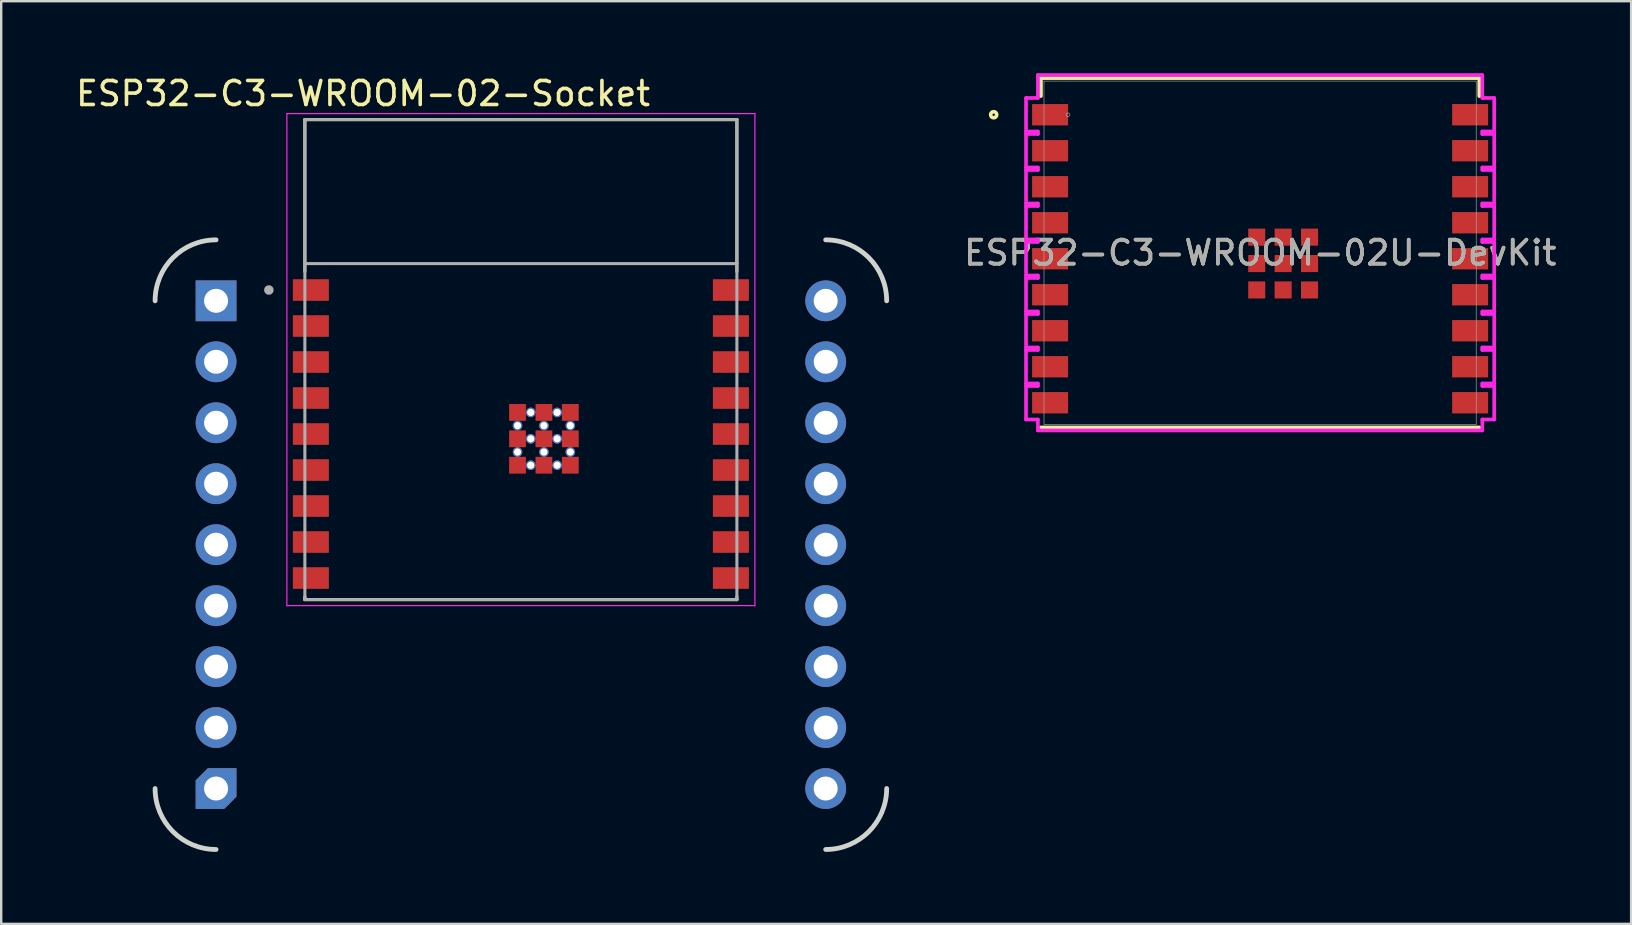
<source format=kicad_pcb>
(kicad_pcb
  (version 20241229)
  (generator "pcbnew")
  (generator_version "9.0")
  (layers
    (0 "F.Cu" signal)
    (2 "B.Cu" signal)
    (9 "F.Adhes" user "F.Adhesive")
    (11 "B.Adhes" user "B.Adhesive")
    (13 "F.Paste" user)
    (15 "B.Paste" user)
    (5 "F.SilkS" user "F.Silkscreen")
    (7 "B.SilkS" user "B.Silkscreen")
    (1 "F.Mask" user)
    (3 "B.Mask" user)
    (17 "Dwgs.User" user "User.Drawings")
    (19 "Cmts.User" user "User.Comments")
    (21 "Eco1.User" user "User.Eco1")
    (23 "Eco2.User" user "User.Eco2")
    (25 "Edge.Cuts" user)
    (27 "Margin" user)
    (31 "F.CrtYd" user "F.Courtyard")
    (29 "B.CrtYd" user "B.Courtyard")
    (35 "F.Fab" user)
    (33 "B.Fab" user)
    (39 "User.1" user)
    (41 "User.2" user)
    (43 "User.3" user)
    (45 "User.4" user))
  (footprint "ESP32-C3-WROOM-02-Socket"
    (layer "F.Cu")
    (at 21.192 14.563)
    (property "Reference" "ESP32-C3-WROOM-02-Socket" (at -9.115 -13.715 0) (layer "F.SilkS") (effects (font (size 1 1) (thickness 0.15))))
    (attr smd)
    (fp_line (start -11.54 -12.63) (end -11.54 -6.3) (stroke (width 0.127) (type solid)) (layer "F.SilkS"))
    (fp_line (start -11.54 7.37) (end -11.54 7.24) (stroke (width 0.127) (type solid)) (layer "F.SilkS"))
    (fp_line (start -11.54 7.37) (end 6.46 7.37) (stroke (width 0.127) (type solid)) (layer "F.SilkS"))
    (fp_line (start 6.46 -12.63) (end -11.54 -12.63) (stroke (width 0.127) (type solid)) (layer "F.SilkS"))
    (fp_line (start 6.46 -6.3) (end 6.46 -12.63) (stroke (width 0.127) (type solid)) (layer "F.SilkS"))
    (fp_line (start 6.46 7.37) (end 6.46 7.24) (stroke (width 0.127) (type solid)) (layer "F.SilkS"))
    (fp_arc (start -17.78 -5.08) (mid -17.036051 -6.876051) (end -15.24 -7.62) (stroke (width 0.2) (type default)) (layer "Edge.Cuts"))
    (fp_arc (start -15.24 17.78) (mid -17.036051 17.036051) (end -17.78 15.24) (stroke (width 0.2) (type default)) (layer "Edge.Cuts"))
    (fp_arc (start 10.16 -7.62) (mid 11.956051 -6.876051) (end 12.7 -5.08) (stroke (width 0.2) (type default)) (layer "Edge.Cuts"))
    (fp_arc (start 12.7 15.24) (mid 11.956051 17.036051) (end 10.16 17.78) (stroke (width 0.2) (type default)) (layer "Edge.Cuts"))
    (fp_line (start -12.29 -12.88) (end -12.29 7.62) (stroke (width 0.05) (type solid)) (layer "F.CrtYd"))
    (fp_line (start -12.29 7.62) (end 7.21 7.62) (stroke (width 0.05) (type solid)) (layer "F.CrtYd"))
    (fp_line (start 7.21 -12.88) (end -12.29 -12.88) (stroke (width 0.05) (type solid)) (layer "F.CrtYd"))
    (fp_line (start 7.21 7.62) (end 7.21 -12.88) (stroke (width 0.05) (type solid)) (layer "F.CrtYd"))
    (fp_line (start -11.54 -12.63) (end -11.54 -6.63) (stroke (width 0.127) (type solid)) (layer "F.Fab"))
    (fp_line (start -11.54 -6.63) (end -11.54 7.37) (stroke (width 0.127) (type solid)) (layer "F.Fab"))
    (fp_line (start -11.54 7.37) (end 6.46 7.37) (stroke (width 0.127) (type solid)) (layer "F.Fab"))
    (fp_line (start 6.46 -12.63) (end -11.54 -12.63) (stroke (width 0.127) (type solid)) (layer "F.Fab"))
    (fp_line (start 6.46 -6.63) (end -11.54 -6.63) (stroke (width 0.127) (type solid)) (layer "F.Fab"))
    (fp_line (start 6.46 -6.63) (end 6.46 -12.63) (stroke (width 0.127) (type solid)) (layer "F.Fab"))
    (fp_line (start 6.46 7.37) (end 6.46 -6.63) (stroke (width 0.127) (type solid)) (layer "F.Fab"))
    (fp_circle (center -13.04 -5.53) (end -12.94 -5.53) (stroke (width 0.2) (type solid)) (fill no) (layer "F.Fab"))
    (pad "1" thru_hole rect (at -15.24 -5.08) (size 1.7 1.7) (drill 1) (layers "*.Cu" "*.Mask"))
    (pad "1" smd rect (at -11.29 -5.53) (size 1.5 0.9) (layers "F.Cu" "F.Mask" "F.Paste"))
    (pad "2" thru_hole circle (at -15.24 -2.54) (size 1.7 1.7) (drill 1) (layers "*.Cu" "*.Mask"))
    (pad "2" smd rect (at -11.29 -4.03) (size 1.5 0.9) (layers "F.Cu" "F.Mask" "F.Paste"))
    (pad "3" thru_hole circle (at -15.24 0) (size 1.7 1.7) (drill 1) (layers "*.Cu" "*.Mask"))
    (pad "3" smd rect (at -11.29 -2.53) (size 1.5 0.9) (layers "F.Cu" "F.Mask" "F.Paste"))
    (pad "4" thru_hole circle (at -15.24 2.54) (size 1.7 1.7) (drill 1) (layers "*.Cu" "*.Mask"))
    (pad "4" smd rect (at -11.29 -1.03) (size 1.5 0.9) (layers "F.Cu" "F.Mask" "F.Paste"))
    (pad "5" thru_hole circle (at -15.24 5.08) (size 1.7 1.7) (drill 1) (layers "*.Cu" "*.Mask"))
    (pad "5" smd rect (at -11.29 0.47) (size 1.5 0.9) (layers "F.Cu" "F.Mask" "F.Paste"))
    (pad "6" thru_hole circle (at -15.24 7.62) (size 1.7 1.7) (drill 1) (layers "*.Cu" "*.Mask"))
    (pad "6" smd rect (at -11.29 1.97) (size 1.5 0.9) (layers "F.Cu" "F.Mask" "F.Paste"))
    (pad "7" thru_hole circle (at -15.24 10.16) (size 1.7 1.7) (drill 1) (layers "*.Cu" "*.Mask"))
    (pad "7" smd rect (at -11.29 3.47) (size 1.5 0.9) (layers "F.Cu" "F.Mask" "F.Paste"))
    (pad "8" thru_hole circle (at -15.24 12.7) (size 1.7 1.7) (drill 1) (layers "*.Cu" "*.Mask"))
    (pad "8" smd rect (at -11.29 4.97) (size 1.5 0.9) (layers "F.Cu" "F.Mask" "F.Paste"))
    (pad "9" thru_hole roundrect (at -15.24 15.24) (size 1.7 1.7) (drill 1) (layers "*.Cu" "*.Mask") (roundrect_rratio 0) (chamfer_ratio 0.3) (chamfer top_left bottom_right))
    (pad "9" smd rect (at -11.29 6.47) (size 1.5 0.9) (layers "F.Cu" "F.Mask" "F.Paste"))
    (pad "10" smd rect (at 6.21 6.47) (size 1.5 0.9) (layers "F.Cu" "F.Mask" "F.Paste"))
    (pad "10" thru_hole circle (at 10.16 15.24) (size 1.7 1.7) (drill 1) (layers "*.Cu" "*.Mask"))
    (pad "11" smd rect (at 6.21 4.97) (size 1.5 0.9) (layers "F.Cu" "F.Mask" "F.Paste"))
    (pad "11" thru_hole circle (at 10.16 12.7) (size 1.7 1.7) (drill 1) (layers "*.Cu" "*.Mask"))
    (pad "12" smd rect (at 6.21 3.47) (size 1.5 0.9) (layers "F.Cu" "F.Mask" "F.Paste"))
    (pad "12" thru_hole circle (at 10.16 10.16) (size 1.7 1.7) (drill 1) (layers "*.Cu" "*.Mask"))
    (pad "13" smd rect (at 6.21 1.97) (size 1.5 0.9) (layers "F.Cu" "F.Mask" "F.Paste"))
    (pad "13" thru_hole circle (at 10.16 7.62) (size 1.7 1.7) (drill 1) (layers "*.Cu" "*.Mask"))
    (pad "14" smd rect (at 6.21 0.47) (size 1.5 0.9) (layers "F.Cu" "F.Mask" "F.Paste"))
    (pad "14" thru_hole circle (at 10.16 5.08) (size 1.7 1.7) (drill 1) (layers "*.Cu" "*.Mask"))
    (pad "15" smd rect (at 6.21 -1.03) (size 1.5 0.9) (layers "F.Cu" "F.Mask" "F.Paste"))
    (pad "15" thru_hole circle (at 10.16 2.54) (size 1.7 1.7) (drill 1) (layers "*.Cu" "*.Mask"))
    (pad "16" smd rect (at 6.21 -2.53) (size 1.5 0.9) (layers "F.Cu" "F.Mask" "F.Paste"))
    (pad "16" thru_hole circle (at 10.16 0) (size 1.7 1.7) (drill 1) (layers "*.Cu" "*.Mask"))
    (pad "17" smd rect (at 6.21 -4.03) (size 1.5 0.9) (layers "F.Cu" "F.Mask" "F.Paste"))
    (pad "17" thru_hole circle (at 10.16 -2.54) (size 1.7 1.7) (drill 1) (layers "*.Cu" "*.Mask"))
    (pad "18" smd rect (at 6.21 -5.53) (size 1.5 0.9) (layers "F.Cu" "F.Mask" "F.Paste"))
    (pad "18" thru_hole circle (at 10.16 -5.08) (size 1.7 1.7) (drill 1) (layers "*.Cu" "*.Mask"))
    (pad "19" smd rect (at -2.68 -0.43) (size 0.7 0.7) (layers "F.Cu" "F.Mask" "F.Paste"))
    (pad "20" smd rect (at -1.58 -0.43) (size 0.7 0.7) (layers "F.Cu" "F.Mask" "F.Paste"))
    (pad "21" smd rect (at -0.48 -0.43) (size 0.7 0.7) (layers "F.Cu" "F.Mask" "F.Paste"))
    (pad "22" smd rect (at -2.68 0.67) (size 0.7 0.7) (layers "F.Cu" "F.Mask" "F.Paste"))
    (pad "23" smd rect (at -1.58 0.67) (size 0.7 0.7) (layers "F.Cu" "F.Mask" "F.Paste"))
    (pad "24" smd rect (at -0.48 0.67) (size 0.7 0.7) (layers "F.Cu" "F.Mask" "F.Paste"))
    (pad "25" smd rect (at -2.68 1.77) (size 0.7 0.7) (layers "F.Cu" "F.Mask" "F.Paste"))
    (pad "26" smd rect (at -1.58 1.77) (size 0.7 0.7) (layers "F.Cu" "F.Mask" "F.Paste"))
    (pad "27" smd rect (at -0.48 1.77) (size 0.7 0.7) (layers "F.Cu" "F.Mask" "F.Paste"))
    (pad "28" thru_hole circle (at -2.13 -0.43) (size 0.4 0.4) (drill 0.3) (layers "*.Cu"))
    (pad "29" thru_hole circle (at -1.03 -0.43) (size 0.4 0.4) (drill 0.3) (layers "*.Cu"))
    (pad "30" thru_hole circle (at -2.68 0.12) (size 0.4 0.4) (drill 0.3) (layers "*.Cu"))
    (pad "31" thru_hole circle (at -1.58 0.12) (size 0.4 0.4) (drill 0.3) (layers "*.Cu"))
    (pad "32" thru_hole circle (at -0.48 0.12) (size 0.4 0.4) (drill 0.3) (layers "*.Cu"))
    (pad "33" thru_hole circle (at -2.13 0.67) (size 0.4 0.4) (drill 0.3) (layers "*.Cu"))
    (pad "34" thru_hole circle (at -1.03 0.67) (size 0.4 0.4) (drill 0.3) (layers "*.Cu"))
    (pad "35" thru_hole circle (at -2.68 1.22) (size 0.4 0.4) (drill 0.3) (layers "*.Cu"))
    (pad "36" thru_hole circle (at -1.58 1.22) (size 0.4 0.4) (drill 0.3) (layers "*.Cu"))
    (pad "37" thru_hole circle (at -0.48 1.22) (size 0.4 0.4) (drill 0.3) (layers "*.Cu"))
    (pad "38" thru_hole circle (at -2.13 1.77) (size 0.4 0.4) (drill 0.3) (layers "*.Cu"))
    (pad "39" thru_hole circle (at -1.03 1.77) (size 0.4 0.4) (drill 0.3) (layers "*.Cu"))
    (zone (net_name "") (layer "F.Cu") (hatch full 0.508) (connect_pads) (min_thickness 0.01) (filled_areas_thickness no) (keepout (tracks not_allowed) (vias not_allowed) (pads not_allowed) (copperpour not_allowed) (footprints allowed)) (placement (enabled no)) (fill) (polygon (pts (xy 9.652 1.933) (xy 27.652 1.933) (xy 27.652 7.933) (xy 9.652 7.933))))
    (zone (net_name "") (layers "F.Cu" "B.Cu") (hatch full 0.508) (connect_pads) (min_thickness 0.01) (filled_areas_thickness no) (keepout (tracks allowed) (vias not_allowed) (pads allowed) (copperpour allowed) (footprints allowed)) (placement (enabled no)) (fill) (polygon (pts (xy 9.652 1.933) (xy 27.652 1.933) (xy 27.652 7.933) (xy 9.652 7.933))))
    (zone (net_name "") (layer "B.Cu") (hatch full 0.508) (connect_pads) (min_thickness 0.01) (filled_areas_thickness no) (keepout (tracks not_allowed) (vias not_allowed) (pads not_allowed) (copperpour not_allowed) (footprints allowed)) (placement (enabled no)) (fill) (polygon (pts (xy 9.652 1.933) (xy 27.652 1.933) (xy 27.652 7.933) (xy 9.652 7.933)))))
  (footprint "ESP32-C3-WROOM-02U-DevKit"
    (layer "F.Cu")
    (at 49.451 7.48)
    (property "Reference" "ESP32-C3-WROOM-02U-DevKit" (at 0 0 0) (unlocked yes) (layer "F.SilkS") (effects (font (size 1 1) (thickness 0.15))))
    (attr smd)
    (fp_line (start -9.131 -7.277) (end 9.131 -7.277) (stroke (width 0.152) (type solid)) (layer "F.SilkS"))
    (fp_line (start -9.131 -6.527) (end -9.131 -7.277) (stroke (width 0.152) (type solid)) (layer "F.SilkS"))
    (fp_line (start 9.131 -7.277) (end 9.131 -6.527) (stroke (width 0.152) (type solid)) (layer "F.SilkS"))
    (fp_line (start 9.131 7.277) (end -9.131 7.277) (stroke (width 0.152) (type solid)) (layer "F.SilkS"))
    (fp_circle (center -11.1 -5.75) (end -10.973 -5.75) (stroke (width 0.152) (type solid)) (fill no) (layer "F.SilkS"))
    (fp_line (start -9.753 -6.448) (end -9.753 -5.051) (stroke (width 0.152) (type solid)) (layer "F.CrtYd"))
    (fp_line (start -9.753 -5.051) (end -9.258 -5.051) (stroke (width 0.152) (type solid)) (layer "F.CrtYd"))
    (fp_line (start -9.753 -4.948) (end -9.753 -3.551) (stroke (width 0.152) (type solid)) (layer "F.CrtYd"))
    (fp_line (start -9.753 -3.551) (end -9.258 -3.551) (stroke (width 0.152) (type solid)) (layer "F.CrtYd"))
    (fp_line (start -9.753 -3.448) (end -9.753 -2.051) (stroke (width 0.152) (type solid)) (layer "F.CrtYd"))
    (fp_line (start -9.753 -2.051) (end -9.258 -2.051) (stroke (width 0.152) (type solid)) (layer "F.CrtYd"))
    (fp_line (start -9.753 -1.948) (end -9.753 -0.551) (stroke (width 0.152) (type solid)) (layer "F.CrtYd"))
    (fp_line (start -9.753 -0.551) (end -9.258 -0.551) (stroke (width 0.152) (type solid)) (layer "F.CrtYd"))
    (fp_line (start -9.753 -0.449) (end -9.753 0.949) (stroke (width 0.152) (type solid)) (layer "F.CrtYd"))
    (fp_line (start -9.753 0.949) (end -9.258 0.949) (stroke (width 0.152) (type solid)) (layer "F.CrtYd"))
    (fp_line (start -9.753 1.052) (end -9.753 2.449) (stroke (width 0.152) (type solid)) (layer "F.CrtYd"))
    (fp_line (start -9.753 2.449) (end -9.258 2.449) (stroke (width 0.152) (type solid)) (layer "F.CrtYd"))
    (fp_line (start -9.753 2.552) (end -9.753 3.949) (stroke (width 0.152) (type solid)) (layer "F.CrtYd"))
    (fp_line (start -9.753 3.949) (end -9.258 3.949) (stroke (width 0.152) (type solid)) (layer "F.CrtYd"))
    (fp_line (start -9.753 4.052) (end -9.753 5.449) (stroke (width 0.152) (type solid)) (layer "F.CrtYd"))
    (fp_line (start -9.753 5.449) (end -9.258 5.449) (stroke (width 0.152) (type solid)) (layer "F.CrtYd"))
    (fp_line (start -9.753 5.552) (end -9.753 6.949) (stroke (width 0.152) (type solid)) (layer "F.CrtYd"))
    (fp_line (start -9.753 6.949) (end -9.258 6.949) (stroke (width 0.152) (type solid)) (layer "F.CrtYd"))
    (fp_line (start -9.258 -7.404) (end -9.258 -6.448) (stroke (width 0.152) (type solid)) (layer "F.CrtYd"))
    (fp_line (start -9.258 -6.448) (end -9.753 -6.448) (stroke (width 0.152) (type solid)) (layer "F.CrtYd"))
    (fp_line (start -9.258 -5.051) (end -9.258 -4.948) (stroke (width 0.152) (type solid)) (layer "F.CrtYd"))
    (fp_line (start -9.258 -4.948) (end -9.753 -4.948) (stroke (width 0.152) (type solid)) (layer "F.CrtYd"))
    (fp_line (start -9.258 -3.551) (end -9.258 -3.448) (stroke (width 0.152) (type solid)) (layer "F.CrtYd"))
    (fp_line (start -9.258 -3.448) (end -9.753 -3.448) (stroke (width 0.152) (type solid)) (layer "F.CrtYd"))
    (fp_line (start -9.258 -2.051) (end -9.258 -1.948) (stroke (width 0.152) (type solid)) (layer "F.CrtYd"))
    (fp_line (start -9.258 -1.948) (end -9.753 -1.948) (stroke (width 0.152) (type solid)) (layer "F.CrtYd"))
    (fp_line (start -9.258 -0.551) (end -9.258 -0.449) (stroke (width 0.152) (type solid)) (layer "F.CrtYd"))
    (fp_line (start -9.258 -0.449) (end -9.753 -0.449) (stroke (width 0.152) (type solid)) (layer "F.CrtYd"))
    (fp_line (start -9.258 0.949) (end -9.258 1.052) (stroke (width 0.152) (type solid)) (layer "F.CrtYd"))
    (fp_line (start -9.258 1.052) (end -9.753 1.052) (stroke (width 0.152) (type solid)) (layer "F.CrtYd"))
    (fp_line (start -9.258 2.449) (end -9.258 2.552) (stroke (width 0.152) (type solid)) (layer "F.CrtYd"))
    (fp_line (start -9.258 2.552) (end -9.753 2.552) (stroke (width 0.152) (type solid)) (layer "F.CrtYd"))
    (fp_line (start -9.258 3.949) (end -9.258 4.052) (stroke (width 0.152) (type solid)) (layer "F.CrtYd"))
    (fp_line (start -9.258 4.052) (end -9.753 4.052) (stroke (width 0.152) (type solid)) (layer "F.CrtYd"))
    (fp_line (start -9.258 5.449) (end -9.258 5.552) (stroke (width 0.152) (type solid)) (layer "F.CrtYd"))
    (fp_line (start -9.258 5.552) (end -9.753 5.552) (stroke (width 0.152) (type solid)) (layer "F.CrtYd"))
    (fp_line (start -9.258 6.949) (end -9.258 7.404) (stroke (width 0.152) (type solid)) (layer "F.CrtYd"))
    (fp_line (start -9.258 7.404) (end 9.258 7.404) (stroke (width 0.152) (type solid)) (layer "F.CrtYd"))
    (fp_line (start 9.258 -7.404) (end -9.258 -7.404) (stroke (width 0.152) (type solid)) (layer "F.CrtYd"))
    (fp_line (start 9.258 -6.449) (end 9.258 -7.404) (stroke (width 0.152) (type solid)) (layer "F.CrtYd"))
    (fp_line (start 9.258 -5.052) (end 9.753 -5.052) (stroke (width 0.152) (type solid)) (layer "F.CrtYd"))
    (fp_line (start 9.258 -4.949) (end 9.258 -5.052) (stroke (width 0.152) (type solid)) (layer "F.CrtYd"))
    (fp_line (start 9.258 -3.552) (end 9.753 -3.552) (stroke (width 0.152) (type solid)) (layer "F.CrtYd"))
    (fp_line (start 9.258 -3.449) (end 9.258 -3.552) (stroke (width 0.152) (type solid)) (layer "F.CrtYd"))
    (fp_line (start 9.258 -2.052) (end 9.753 -2.052) (stroke (width 0.152) (type solid)) (layer "F.CrtYd"))
    (fp_line (start 9.258 -1.948) (end 9.258 -2.052) (stroke (width 0.152) (type solid)) (layer "F.CrtYd"))
    (fp_line (start 9.258 -0.551) (end 9.753 -0.551) (stroke (width 0.152) (type solid)) (layer "F.CrtYd"))
    (fp_line (start 9.258 -0.449) (end 9.258 -0.551) (stroke (width 0.152) (type solid)) (layer "F.CrtYd"))
    (fp_line (start 9.258 0.949) (end 9.753 0.949) (stroke (width 0.152) (type solid)) (layer "F.CrtYd"))
    (fp_line (start 9.258 1.052) (end 9.258 0.949) (stroke (width 0.152) (type solid)) (layer "F.CrtYd"))
    (fp_line (start 9.258 2.449) (end 9.753 2.449) (stroke (width 0.152) (type solid)) (layer "F.CrtYd"))
    (fp_line (start 9.258 2.551) (end 9.258 2.449) (stroke (width 0.152) (type solid)) (layer "F.CrtYd"))
    (fp_line (start 9.258 3.948) (end 9.753 3.948) (stroke (width 0.152) (type solid)) (layer "F.CrtYd"))
    (fp_line (start 9.258 4.051) (end 9.258 3.948) (stroke (width 0.152) (type solid)) (layer "F.CrtYd"))
    (fp_line (start 9.258 5.448) (end 9.753 5.448) (stroke (width 0.152) (type solid)) (layer "F.CrtYd"))
    (fp_line (start 9.258 5.551) (end 9.258 5.448) (stroke (width 0.152) (type solid)) (layer "F.CrtYd"))
    (fp_line (start 9.258 6.948) (end 9.753 6.948) (stroke (width 0.152) (type solid)) (layer "F.CrtYd"))
    (fp_line (start 9.258 7.404) (end 9.258 6.948) (stroke (width 0.152) (type solid)) (layer "F.CrtYd"))
    (fp_line (start 9.753 -6.449) (end 9.258 -6.449) (stroke (width 0.152) (type solid)) (layer "F.CrtYd"))
    (fp_line (start 9.753 -5.052) (end 9.753 -6.449) (stroke (width 0.152) (type solid)) (layer "F.CrtYd"))
    (fp_line (start 9.753 -4.949) (end 9.258 -4.949) (stroke (width 0.152) (type solid)) (layer "F.CrtYd"))
    (fp_line (start 9.753 -3.552) (end 9.753 -4.949) (stroke (width 0.152) (type solid)) (layer "F.CrtYd"))
    (fp_line (start 9.753 -3.449) (end 9.258 -3.449) (stroke (width 0.152) (type solid)) (layer "F.CrtYd"))
    (fp_line (start 9.753 -2.052) (end 9.753 -3.449) (stroke (width 0.152) (type solid)) (layer "F.CrtYd"))
    (fp_line (start 9.753 -1.948) (end 9.258 -1.948) (stroke (width 0.152) (type solid)) (layer "F.CrtYd"))
    (fp_line (start 9.753 -0.551) (end 9.753 -1.948) (stroke (width 0.152) (type solid)) (layer "F.CrtYd"))
    (fp_line (start 9.753 -0.449) (end 9.258 -0.449) (stroke (width 0.152) (type solid)) (layer "F.CrtYd"))
    (fp_line (start 9.753 0.949) (end 9.753 -0.449) (stroke (width 0.152) (type solid)) (layer "F.CrtYd"))
    (fp_line (start 9.753 1.052) (end 9.258 1.052) (stroke (width 0.152) (type solid)) (layer "F.CrtYd"))
    (fp_line (start 9.753 2.449) (end 9.753 1.052) (stroke (width 0.152) (type solid)) (layer "F.CrtYd"))
    (fp_line (start 9.753 2.551) (end 9.258 2.551) (stroke (width 0.152) (type solid)) (layer "F.CrtYd"))
    (fp_line (start 9.753 3.948) (end 9.753 2.551) (stroke (width 0.152) (type solid)) (layer "F.CrtYd"))
    (fp_line (start 9.753 4.051) (end 9.258 4.051) (stroke (width 0.152) (type solid)) (layer "F.CrtYd"))
    (fp_line (start 9.753 5.448) (end 9.753 4.051) (stroke (width 0.152) (type solid)) (layer "F.CrtYd"))
    (fp_line (start 9.753 5.551) (end 9.258 5.551) (stroke (width 0.152) (type solid)) (layer "F.CrtYd"))
    (fp_line (start 9.753 6.948) (end 9.753 5.551) (stroke (width 0.152) (type solid)) (layer "F.CrtYd"))
    (fp_line (start -9.004 -7.15) (end -9.004 7.15) (stroke (width 0.025) (type solid)) (layer "F.Fab"))
    (fp_line (start -9.004 7.15) (end 9.004 7.15) (stroke (width 0.025) (type solid)) (layer "F.Fab"))
    (fp_line (start 9.004 -7.15) (end -9.004 -7.15) (stroke (width 0.025) (type solid)) (layer "F.Fab"))
    (fp_line (start 9.004 7.15) (end 9.004 -7.15) (stroke (width 0.025) (type solid)) (layer "F.Fab"))
    (fp_circle (center -8.001 -5.75) (end -7.925 -5.75) (stroke (width 0.025) (type solid)) (fill no) (layer "F.Fab"))
    (fp_text user "${REFERENCE}" (at 0 0 0) (unlocked yes) (layer "F.Fab") (effects (font (size 1 1) (thickness 0.15))))
    (pad "1" smd rect (at -8.75 -5.75) (size 1.499 0.889) (layers "F.Cu" "F.Mask" "F.Paste"))
    (pad "2" smd rect (at -8.75 -4.25) (size 1.499 0.889) (layers "F.Cu" "F.Mask" "F.Paste"))
    (pad "3" smd rect (at -8.75 -2.75) (size 1.499 0.889) (layers "F.Cu" "F.Mask" "F.Paste"))
    (pad "4" smd rect (at -8.75 -1.25) (size 1.499 0.889) (layers "F.Cu" "F.Mask" "F.Paste"))
    (pad "5" smd rect (at -8.75 0.25) (size 1.499 0.889) (layers "F.Cu" "F.Mask" "F.Paste"))
    (pad "6" smd rect (at -8.75 1.75) (size 1.499 0.889) (layers "F.Cu" "F.Mask" "F.Paste"))
    (pad "7" smd rect (at -8.75 3.25) (size 1.499 0.889) (layers "F.Cu" "F.Mask" "F.Paste"))
    (pad "8" smd rect (at -8.75 4.75) (size 1.499 0.889) (layers "F.Cu" "F.Mask" "F.Paste"))
    (pad "9" smd rect (at -8.75 6.25) (size 1.499 0.889) (layers "F.Cu" "F.Mask" "F.Paste"))
    (pad "10" smd rect (at 8.75 6.25) (size 1.499 0.889) (layers "F.Cu" "F.Mask" "F.Paste"))
    (pad "11" smd rect (at 8.75 4.75) (size 1.499 0.889) (layers "F.Cu" "F.Mask" "F.Paste"))
    (pad "12" smd rect (at 8.75 3.25) (size 1.499 0.889) (layers "F.Cu" "F.Mask" "F.Paste"))
    (pad "13" smd rect (at 8.75 1.75) (size 1.499 0.889) (layers "F.Cu" "F.Mask" "F.Paste"))
    (pad "14" smd rect (at 8.75 0.25) (size 1.499 0.889) (layers "F.Cu" "F.Mask" "F.Paste"))
    (pad "15" smd rect (at 8.75 -1.25) (size 1.499 0.889) (layers "F.Cu" "F.Mask" "F.Paste"))
    (pad "16" smd rect (at 8.75 -2.75) (size 1.499 0.889) (layers "F.Cu" "F.Mask" "F.Paste"))
    (pad "17" smd rect (at 8.75 -4.25) (size 1.499 0.889) (layers "F.Cu" "F.Mask" "F.Paste"))
    (pad "18" smd rect (at 8.75 -5.75) (size 1.499 0.889) (layers "F.Cu" "F.Mask" "F.Paste"))
    (pad "19" smd rect (at 0.96 0.45) (size 0.711 0.711) (layers "F.Cu" "F.Mask" "F.Paste"))
    (pad "20" smd rect (at -0.14 -0.65) (size 0.711 0.711) (layers "F.Cu" "F.Mask" "F.Paste"))
    (pad "21" smd rect (at -0.14 0.45) (size 0.711 0.711) (layers "F.Cu" "F.Mask" "F.Paste"))
    (pad "22" smd rect (at -0.14 1.55) (size 0.711 0.711) (layers "F.Cu" "F.Mask" "F.Paste"))
    (pad "23" smd rect (at 0.96 1.55) (size 0.711 0.711) (layers "F.Cu" "F.Mask" "F.Paste"))
    (pad "24" smd rect (at 2.06 1.55) (size 0.711 0.711) (layers "F.Cu" "F.Mask" "F.Paste"))
    (pad "25" smd rect (at 2.06 0.45) (size 0.711 0.711) (layers "F.Cu" "F.Mask" "F.Paste"))
    (pad "26" smd rect (at 2.06 -0.65) (size 0.711 0.711) (layers "F.Cu" "F.Mask" "F.Paste"))
    (pad "27" smd rect (at 0.96 -0.65) (size 0.711 0.711) (layers "F.Cu" "F.Mask" "F.Paste")))
  (gr_rect
    (start -3 -3)
    (end 64.909 35.443)
    (stroke (width 0.1) (type default))
    (fill no)
    (layer "Edge.Cuts")))
</source>
